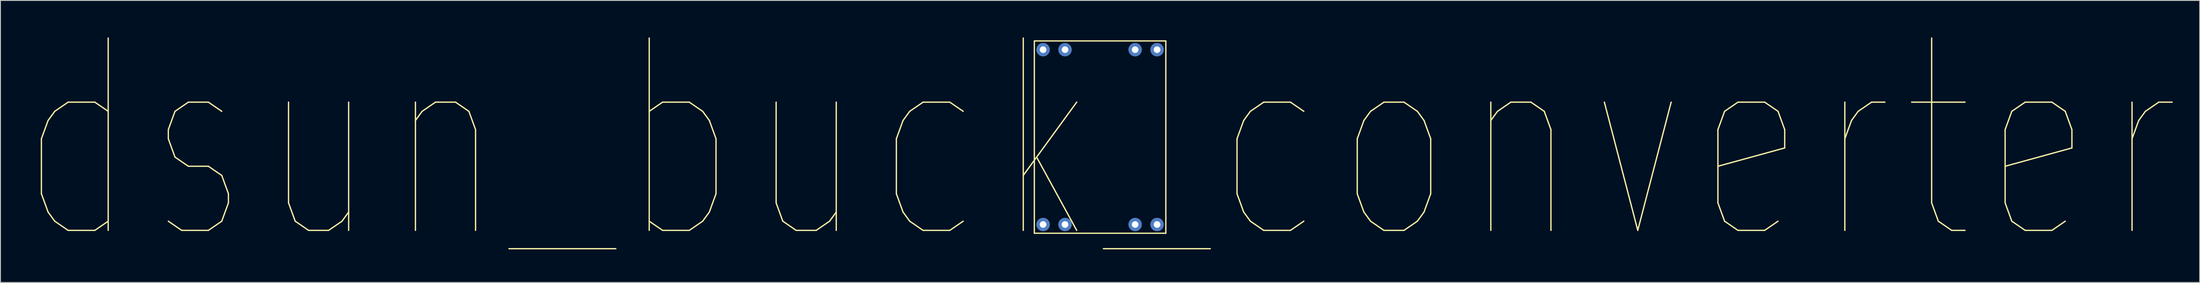
<source format=kicad_pcb>
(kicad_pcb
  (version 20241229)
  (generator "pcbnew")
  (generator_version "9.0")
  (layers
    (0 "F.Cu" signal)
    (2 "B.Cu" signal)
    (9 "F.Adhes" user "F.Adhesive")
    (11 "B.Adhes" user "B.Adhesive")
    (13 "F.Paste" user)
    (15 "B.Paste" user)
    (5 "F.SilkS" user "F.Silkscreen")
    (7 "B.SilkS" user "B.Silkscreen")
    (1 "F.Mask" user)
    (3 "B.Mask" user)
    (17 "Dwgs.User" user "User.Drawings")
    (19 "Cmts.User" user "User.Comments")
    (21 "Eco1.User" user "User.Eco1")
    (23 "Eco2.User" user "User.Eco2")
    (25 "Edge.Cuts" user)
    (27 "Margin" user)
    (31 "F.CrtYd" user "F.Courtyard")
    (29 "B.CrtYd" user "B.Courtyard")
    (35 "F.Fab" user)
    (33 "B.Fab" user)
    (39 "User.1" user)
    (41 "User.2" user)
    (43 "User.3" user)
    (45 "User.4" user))
  (footprint "dsun_buck_converter"
    (layer "F.Cu")
    (at 122.435 12.633)
    (property "Reference" "dsun_buck_converter" (at 0 0.5 0) (layer "F.SilkS") (effects (font (size 22 16) (thickness 0.15))))
    (attr through_hole)
    (fp_line (start -7.5 -11) (end -7.5 11) (stroke (width 0.15) (type solid)) (layer "F.SilkS"))
    (fp_line (start -7.5 11) (end 7.5 11) (stroke (width 0.15) (type solid)) (layer "F.SilkS"))
    (fp_line (start 7.5 -11) (end -7.5 -11) (stroke (width 0.15) (type solid)) (layer "F.SilkS"))
    (fp_line (start 7.5 11) (end 7.5 -11) (stroke (width 0.15) (type solid)) (layer "F.SilkS"))
    (pad "1" thru_hole circle (at -6.5 -10) (size 1.524 1.524) (drill 0.762) (layers "*.Cu" "*.Mask"))
    (pad "2" thru_hole circle (at -4 -10) (size 1.524 1.524) (drill 0.762) (layers "*.Cu" "*.Mask"))
    (pad "3" thru_hole circle (at 4 -10) (size 1.524 1.524) (drill 0.762) (layers "*.Cu" "*.Mask"))
    (pad "4" thru_hole circle (at 6.5 -10) (size 1.524 1.524) (drill 0.762) (layers "*.Cu" "*.Mask"))
    (pad "5" thru_hole circle (at -4 10) (size 1.524 1.524) (drill 0.762) (layers "*.Cu" "*.Mask"))
    (pad "6" thru_hole circle (at -6.5 10) (size 1.524 1.524) (drill 0.762) (layers "*.Cu" "*.Mask"))
    (pad "7" thru_hole circle (at 6.5 10) (size 1.524 1.524) (drill 0.762) (layers "*.Cu" "*.Mask"))
    (pad "8" thru_hole circle (at 4 10) (size 1.524 1.524) (drill 0.762) (layers "*.Cu" "*.Mask")))
  (gr_rect
    (start -3 -3)
    (end 247.869 29.267)
    (stroke (width 0.1) (type default))
    (fill no)
    (layer "Edge.Cuts")))
</source>
